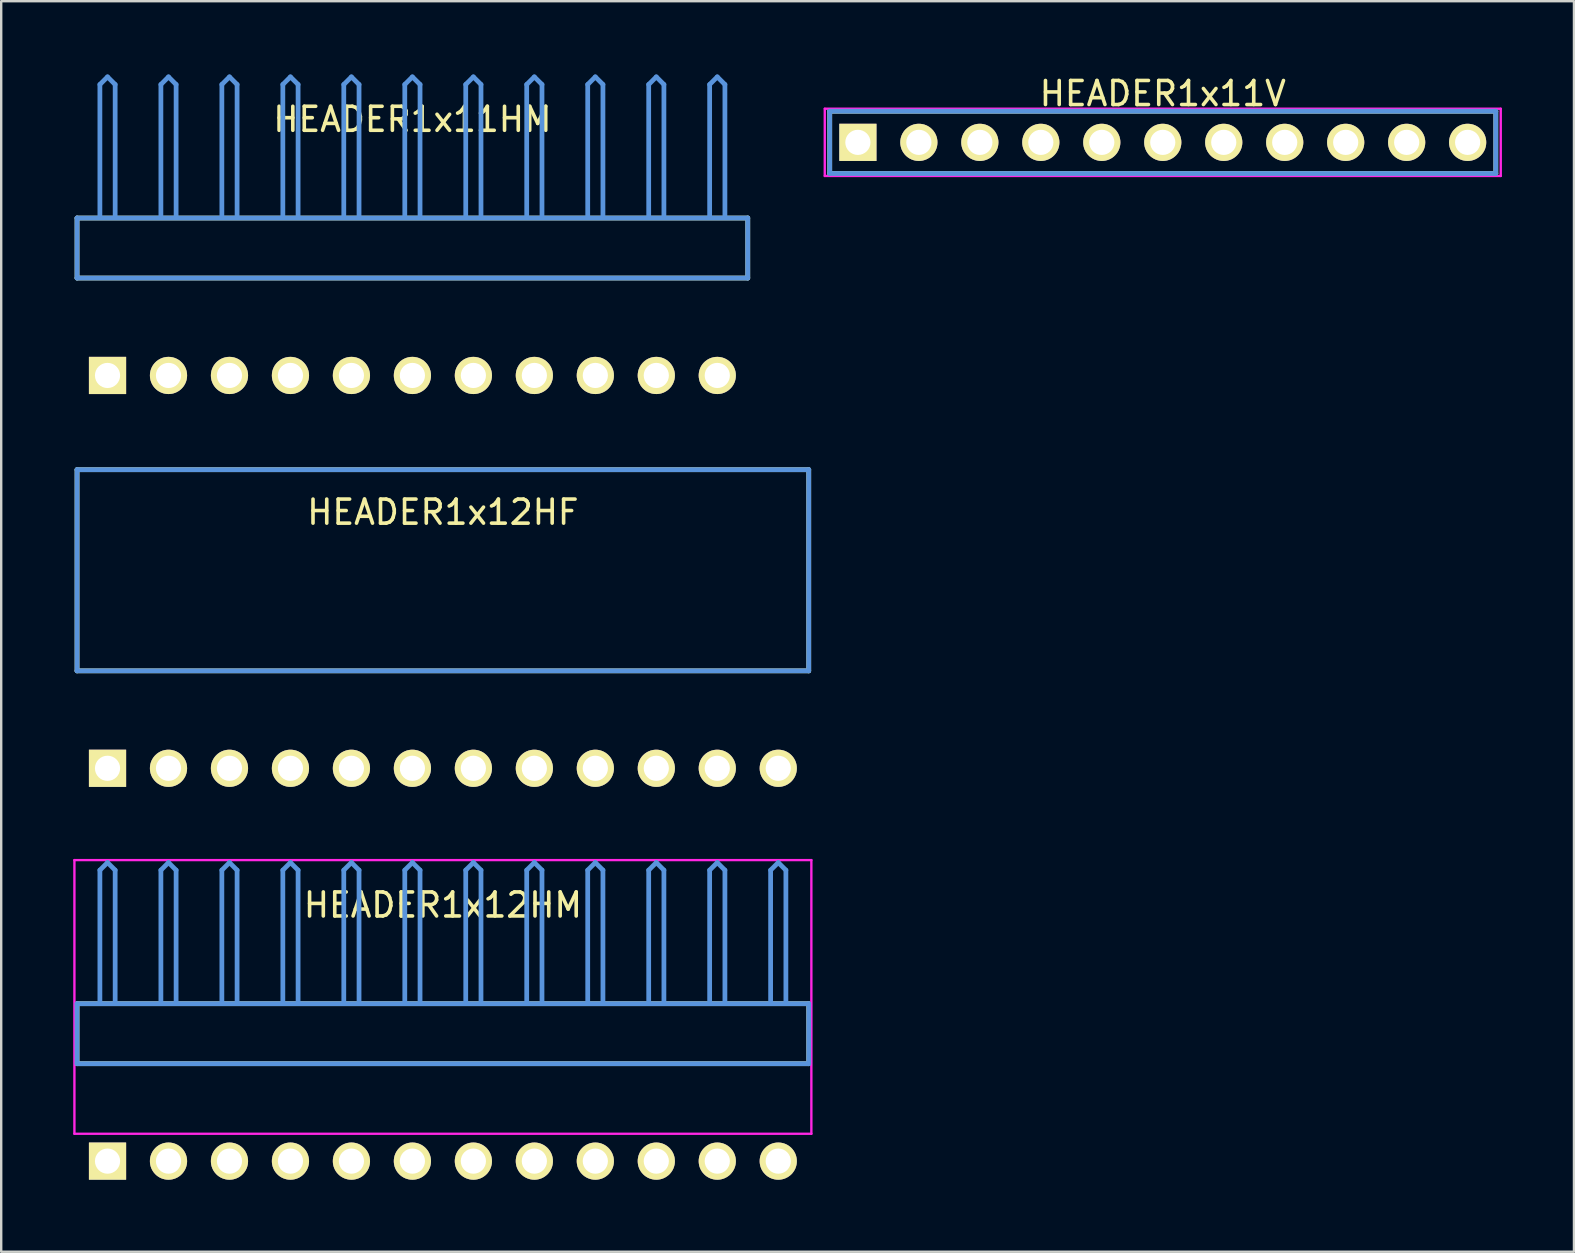
<source format=kicad_pcb>
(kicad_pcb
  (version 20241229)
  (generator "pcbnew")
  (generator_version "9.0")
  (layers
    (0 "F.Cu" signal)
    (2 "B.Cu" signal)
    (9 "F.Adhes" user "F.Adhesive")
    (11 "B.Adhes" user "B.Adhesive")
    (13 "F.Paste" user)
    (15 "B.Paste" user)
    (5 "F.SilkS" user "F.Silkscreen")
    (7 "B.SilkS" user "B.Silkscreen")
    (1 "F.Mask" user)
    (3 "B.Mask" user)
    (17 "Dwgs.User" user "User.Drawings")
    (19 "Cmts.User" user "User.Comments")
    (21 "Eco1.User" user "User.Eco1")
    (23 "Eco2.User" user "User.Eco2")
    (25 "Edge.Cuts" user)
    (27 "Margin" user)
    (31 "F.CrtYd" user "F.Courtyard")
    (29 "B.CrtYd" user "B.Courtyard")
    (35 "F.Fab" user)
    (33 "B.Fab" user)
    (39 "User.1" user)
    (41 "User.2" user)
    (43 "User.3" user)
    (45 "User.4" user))
  (footprint "HEADER1x12HF"
    (layer "F.Cu")
    (at 1.429 28.954)
    (property "Reference" "HEADER1x12HF" (at 13.97 -10.668 0) (layer "F.SilkS") (effects (font (size 1.001 1.001) (thickness 0.15))))
    (attr through_hole)
    (fp_line (start -1.27 -12.438) (end -1.27 -4.059) (stroke (width 0.198) (type solid)) (layer "F.SilkS"))
    (fp_line (start -1.27 -4.059) (end 29.21 -4.059) (stroke (width 0.198) (type solid)) (layer "F.SilkS"))
    (fp_line (start 29.21 -12.438) (end -1.27 -12.438) (stroke (width 0.198) (type solid)) (layer "F.SilkS"))
    (fp_line (start 29.21 -4.059) (end 29.21 -12.438) (stroke (width 0.198) (type solid)) (layer "F.SilkS"))
    (fp_line (start -1.27 -12.438) (end -1.27 -4.059) (stroke (width 0.198) (type solid)) (layer "Cmts.User"))
    (fp_line (start -1.27 -4.059) (end 29.21 -4.059) (stroke (width 0.198) (type solid)) (layer "Cmts.User"))
    (fp_line (start 29.21 -12.438) (end -1.27 -12.438) (stroke (width 0.198) (type solid)) (layer "Cmts.User"))
    (fp_line (start 29.21 -4.059) (end 29.21 -12.438) (stroke (width 0.198) (type solid)) (layer "Cmts.User"))
    (fp_line (start -1.379 -12.54) (end 29.319 -12.54) (stroke (width 0.099) (type solid)) (layer "Eco1.User"))
    (fp_line (start -1.379 -1.14) (end -1.379 -12.54) (stroke (width 0.099) (type solid)) (layer "Eco1.User"))
    (fp_line (start 29.319 -12.54) (end 29.319 -1.14) (stroke (width 0.099) (type solid)) (layer "Eco1.User"))
    (fp_line (start 29.319 -1.14) (end -1.379 -1.14) (stroke (width 0.099) (type solid)) (layer "Eco1.User"))
    (pad "1" thru_hole rect (at 0 0) (size 1.549 1.549) (drill 1.049) (layers "*.Cu" "*.Mask" "F.SilkS"))
    (pad "2" thru_hole circle (at 2.54 0) (size 1.549 1.549) (drill 1.049) (layers "*.Cu" "*.Mask" "F.SilkS"))
    (pad "3" thru_hole circle (at 5.08 0) (size 1.549 1.549) (drill 1.049) (layers "*.Cu" "*.Mask" "F.SilkS"))
    (pad "4" thru_hole circle (at 7.62 0) (size 1.549 1.549) (drill 1.049) (layers "*.Cu" "*.Mask" "F.SilkS"))
    (pad "5" thru_hole circle (at 10.16 0) (size 1.549 1.549) (drill 1.049) (layers "*.Cu" "*.Mask" "F.SilkS"))
    (pad "6" thru_hole circle (at 12.7 0) (size 1.549 1.549) (drill 1.049) (layers "*.Cu" "*.Mask" "F.SilkS"))
    (pad "7" thru_hole circle (at 15.24 0) (size 1.549 1.549) (drill 1.049) (layers "*.Cu" "*.Mask" "F.SilkS"))
    (pad "8" thru_hole circle (at 17.78 0) (size 1.549 1.549) (drill 1.049) (layers "*.Cu" "*.Mask" "F.SilkS"))
    (pad "9" thru_hole circle (at 20.32 0) (size 1.549 1.549) (drill 1.049) (layers "*.Cu" "*.Mask" "F.SilkS"))
    (pad "10" thru_hole circle (at 22.86 0) (size 1.549 1.549) (drill 1.049) (layers "*.Cu" "*.Mask" "F.SilkS"))
    (pad "11" thru_hole circle (at 25.4 0) (size 1.549 1.549) (drill 1.049) (layers "*.Cu" "*.Mask" "F.SilkS"))
    (pad "12" thru_hole circle (at 27.94 0) (size 1.549 1.549) (drill 1.049) (layers "*.Cu" "*.Mask" "F.SilkS")))
  (footprint "HEADER1x12HM"
    (layer "F.Cu")
    (at 1.429 45.318)
    (property "Reference" "HEADER1x12HM" (at 13.97 -10.668 0) (layer "F.SilkS") (effects (font (size 1.001 1.001) (thickness 0.15))))
    (attr through_hole)
    (fp_line (start -1.27 -6.558) (end -1.27 -4.059) (stroke (width 0.198) (type solid)) (layer "F.SilkS"))
    (fp_line (start -1.27 -4.059) (end 29.21 -4.059) (stroke (width 0.198) (type solid)) (layer "F.SilkS"))
    (fp_line (start 29.21 -6.558) (end -1.27 -6.558) (stroke (width 0.198) (type solid)) (layer "F.SilkS"))
    (fp_line (start 29.21 -4.059) (end 29.21 -6.558) (stroke (width 0.198) (type solid)) (layer "F.SilkS"))
    (fp_line (start -1.27 -6.558) (end -1.27 -4.059) (stroke (width 0.198) (type solid)) (layer "Cmts.User"))
    (fp_line (start -1.27 -4.059) (end 29.21 -4.059) (stroke (width 0.198) (type solid)) (layer "Cmts.User"))
    (fp_line (start -0.318 -12.121) (end 0 -12.438) (stroke (width 0.198) (type solid)) (layer "Cmts.User"))
    (fp_line (start -0.318 -6.599) (end -0.318 -12.121) (stroke (width 0.198) (type solid)) (layer "Cmts.User"))
    (fp_line (start 0.318 -12.121) (end 0 -12.438) (stroke (width 0.198) (type solid)) (layer "Cmts.User"))
    (fp_line (start 0.318 -6.599) (end 0.318 -12.121) (stroke (width 0.198) (type solid)) (layer "Cmts.User"))
    (fp_line (start 2.223 -12.121) (end 2.54 -12.438) (stroke (width 0.198) (type solid)) (layer "Cmts.User"))
    (fp_line (start 2.223 -6.599) (end 2.223 -12.121) (stroke (width 0.198) (type solid)) (layer "Cmts.User"))
    (fp_line (start 2.857 -12.121) (end 2.54 -12.438) (stroke (width 0.198) (type solid)) (layer "Cmts.User"))
    (fp_line (start 2.857 -6.599) (end 2.857 -12.121) (stroke (width 0.198) (type solid)) (layer "Cmts.User"))
    (fp_line (start 4.763 -12.121) (end 5.08 -12.438) (stroke (width 0.198) (type solid)) (layer "Cmts.User"))
    (fp_line (start 4.763 -6.599) (end 4.763 -12.121) (stroke (width 0.198) (type solid)) (layer "Cmts.User"))
    (fp_line (start 5.397 -12.121) (end 5.08 -12.438) (stroke (width 0.198) (type solid)) (layer "Cmts.User"))
    (fp_line (start 5.397 -6.599) (end 5.397 -12.121) (stroke (width 0.198) (type solid)) (layer "Cmts.User"))
    (fp_line (start 7.303 -12.121) (end 7.62 -12.438) (stroke (width 0.198) (type solid)) (layer "Cmts.User"))
    (fp_line (start 7.303 -6.599) (end 7.303 -12.121) (stroke (width 0.198) (type solid)) (layer "Cmts.User"))
    (fp_line (start 7.938 -12.121) (end 7.62 -12.438) (stroke (width 0.198) (type solid)) (layer "Cmts.User"))
    (fp_line (start 7.938 -6.599) (end 7.938 -12.121) (stroke (width 0.198) (type solid)) (layer "Cmts.User"))
    (fp_line (start 9.842 -12.121) (end 10.16 -12.438) (stroke (width 0.198) (type solid)) (layer "Cmts.User"))
    (fp_line (start 9.842 -6.599) (end 9.842 -12.121) (stroke (width 0.198) (type solid)) (layer "Cmts.User"))
    (fp_line (start 10.477 -12.121) (end 10.16 -12.438) (stroke (width 0.198) (type solid)) (layer "Cmts.User"))
    (fp_line (start 10.477 -6.599) (end 10.477 -12.121) (stroke (width 0.198) (type solid)) (layer "Cmts.User"))
    (fp_line (start 12.383 -12.121) (end 12.7 -12.438) (stroke (width 0.198) (type solid)) (layer "Cmts.User"))
    (fp_line (start 12.383 -6.599) (end 12.383 -12.121) (stroke (width 0.198) (type solid)) (layer "Cmts.User"))
    (fp_line (start 13.018 -12.121) (end 12.7 -12.438) (stroke (width 0.198) (type solid)) (layer "Cmts.User"))
    (fp_line (start 13.018 -6.599) (end 13.018 -12.121) (stroke (width 0.198) (type solid)) (layer "Cmts.User"))
    (fp_line (start 14.922 -12.121) (end 15.24 -12.438) (stroke (width 0.198) (type solid)) (layer "Cmts.User"))
    (fp_line (start 14.922 -6.599) (end 14.922 -12.121) (stroke (width 0.198) (type solid)) (layer "Cmts.User"))
    (fp_line (start 15.557 -12.121) (end 15.24 -12.438) (stroke (width 0.198) (type solid)) (layer "Cmts.User"))
    (fp_line (start 15.557 -6.599) (end 15.557 -12.121) (stroke (width 0.198) (type solid)) (layer "Cmts.User"))
    (fp_line (start 17.462 -12.121) (end 17.78 -12.438) (stroke (width 0.198) (type solid)) (layer "Cmts.User"))
    (fp_line (start 17.462 -6.599) (end 17.462 -12.121) (stroke (width 0.198) (type solid)) (layer "Cmts.User"))
    (fp_line (start 18.098 -12.121) (end 17.78 -12.438) (stroke (width 0.198) (type solid)) (layer "Cmts.User"))
    (fp_line (start 18.098 -6.599) (end 18.098 -12.121) (stroke (width 0.198) (type solid)) (layer "Cmts.User"))
    (fp_line (start 20.003 -12.121) (end 20.32 -12.438) (stroke (width 0.198) (type solid)) (layer "Cmts.User"))
    (fp_line (start 20.003 -6.599) (end 20.003 -12.121) (stroke (width 0.198) (type solid)) (layer "Cmts.User"))
    (fp_line (start 20.637 -12.121) (end 20.32 -12.438) (stroke (width 0.198) (type solid)) (layer "Cmts.User"))
    (fp_line (start 20.637 -6.599) (end 20.637 -12.121) (stroke (width 0.198) (type solid)) (layer "Cmts.User"))
    (fp_line (start 22.543 -12.121) (end 22.86 -12.438) (stroke (width 0.198) (type solid)) (layer "Cmts.User"))
    (fp_line (start 22.543 -6.599) (end 22.543 -12.121) (stroke (width 0.198) (type solid)) (layer "Cmts.User"))
    (fp_line (start 23.177 -12.121) (end 22.86 -12.438) (stroke (width 0.198) (type solid)) (layer "Cmts.User"))
    (fp_line (start 23.177 -6.599) (end 23.177 -12.121) (stroke (width 0.198) (type solid)) (layer "Cmts.User"))
    (fp_line (start 25.082 -12.121) (end 25.4 -12.438) (stroke (width 0.198) (type solid)) (layer "Cmts.User"))
    (fp_line (start 25.082 -6.599) (end 25.082 -12.121) (stroke (width 0.198) (type solid)) (layer "Cmts.User"))
    (fp_line (start 25.718 -12.121) (end 25.4 -12.438) (stroke (width 0.198) (type solid)) (layer "Cmts.User"))
    (fp_line (start 25.718 -6.599) (end 25.718 -12.121) (stroke (width 0.198) (type solid)) (layer "Cmts.User"))
    (fp_line (start 27.622 -12.121) (end 27.94 -12.438) (stroke (width 0.198) (type solid)) (layer "Cmts.User"))
    (fp_line (start 27.622 -6.599) (end 27.622 -12.121) (stroke (width 0.198) (type solid)) (layer "Cmts.User"))
    (fp_line (start 28.258 -12.121) (end 27.94 -12.438) (stroke (width 0.198) (type solid)) (layer "Cmts.User"))
    (fp_line (start 28.258 -6.599) (end 28.258 -12.121) (stroke (width 0.198) (type solid)) (layer "Cmts.User"))
    (fp_line (start 29.21 -6.558) (end -1.27 -6.558) (stroke (width 0.198) (type solid)) (layer "Cmts.User"))
    (fp_line (start 29.21 -4.059) (end 29.21 -6.558) (stroke (width 0.198) (type solid)) (layer "Cmts.User"))
    (fp_line (start -1.379 -12.54) (end 29.319 -12.54) (stroke (width 0.099) (type solid)) (layer "F.CrtYd"))
    (fp_line (start -1.379 -1.14) (end -1.379 -12.54) (stroke (width 0.099) (type solid)) (layer "F.CrtYd"))
    (fp_line (start 29.319 -12.54) (end 29.319 -1.14) (stroke (width 0.099) (type solid)) (layer "F.CrtYd"))
    (fp_line (start 29.319 -1.14) (end -1.379 -1.14) (stroke (width 0.099) (type solid)) (layer "F.CrtYd"))
    (pad "1" thru_hole rect (at 0 0) (size 1.549 1.549) (drill 1.049) (layers "*.Cu" "*.Mask" "F.SilkS"))
    (pad "2" thru_hole circle (at 2.54 0) (size 1.549 1.549) (drill 1.049) (layers "*.Cu" "*.Mask" "F.SilkS"))
    (pad "3" thru_hole circle (at 5.08 0) (size 1.549 1.549) (drill 1.049) (layers "*.Cu" "*.Mask" "F.SilkS"))
    (pad "4" thru_hole circle (at 7.62 0) (size 1.549 1.549) (drill 1.049) (layers "*.Cu" "*.Mask" "F.SilkS"))
    (pad "5" thru_hole circle (at 10.16 0) (size 1.549 1.549) (drill 1.049) (layers "*.Cu" "*.Mask" "F.SilkS"))
    (pad "6" thru_hole circle (at 12.7 0) (size 1.549 1.549) (drill 1.049) (layers "*.Cu" "*.Mask" "F.SilkS"))
    (pad "7" thru_hole circle (at 15.24 0) (size 1.549 1.549) (drill 1.049) (layers "*.Cu" "*.Mask" "F.SilkS"))
    (pad "8" thru_hole circle (at 17.78 0) (size 1.549 1.549) (drill 1.049) (layers "*.Cu" "*.Mask" "F.SilkS"))
    (pad "9" thru_hole circle (at 20.32 0) (size 1.549 1.549) (drill 1.049) (layers "*.Cu" "*.Mask" "F.SilkS"))
    (pad "10" thru_hole circle (at 22.86 0) (size 1.549 1.549) (drill 1.049) (layers "*.Cu" "*.Mask" "F.SilkS"))
    (pad "11" thru_hole circle (at 25.4 0) (size 1.549 1.549) (drill 1.049) (layers "*.Cu" "*.Mask" "F.SilkS"))
    (pad "12" thru_hole circle (at 27.94 0) (size 1.549 1.549) (drill 1.049) (layers "*.Cu" "*.Mask" "F.SilkS")))
  (footprint "HEADER1x11V"
    (layer "F.Cu")
    (at 32.686 2.88)
    (property "Reference" "HEADER1x11V" (at 12.7 -2.032 0) (layer "F.SilkS") (effects (font (size 1.001 1.001) (thickness 0.15))))
    (attr through_hole)
    (fp_line (start -1.173 -1.298) (end -1.173 1.298) (stroke (width 0.198) (type solid)) (layer "F.SilkS"))
    (fp_line (start -1.173 1.298) (end 26.573 1.298) (stroke (width 0.198) (type solid)) (layer "F.SilkS"))
    (fp_line (start 26.573 -1.298) (end -1.173 -1.298) (stroke (width 0.198) (type solid)) (layer "F.SilkS"))
    (fp_line (start 26.573 1.298) (end 26.573 -1.298) (stroke (width 0.198) (type solid)) (layer "F.SilkS"))
    (fp_line (start -1.173 -1.298) (end -1.173 1.298) (stroke (width 0.198) (type solid)) (layer "Cmts.User"))
    (fp_line (start -1.173 1.298) (end 26.573 1.298) (stroke (width 0.198) (type solid)) (layer "Cmts.User"))
    (fp_line (start 26.573 -1.298) (end -1.173 -1.298) (stroke (width 0.198) (type solid)) (layer "Cmts.User"))
    (fp_line (start 26.573 1.298) (end 26.573 -1.298) (stroke (width 0.198) (type solid)) (layer "Cmts.User"))
    (fp_line (start -1.379 -1.4) (end -1.379 1.4) (stroke (width 0.099) (type solid)) (layer "F.CrtYd"))
    (fp_line (start -1.379 1.4) (end 26.779 1.4) (stroke (width 0.099) (type solid)) (layer "F.CrtYd"))
    (fp_line (start 26.779 -1.4) (end -1.379 -1.4) (stroke (width 0.099) (type solid)) (layer "F.CrtYd"))
    (fp_line (start 26.779 1.4) (end 26.779 -1.4) (stroke (width 0.099) (type solid)) (layer "F.CrtYd"))
    (pad "1" thru_hole rect (at 0 0) (size 1.549 1.549) (drill 1.049) (layers "*.Cu" "*.Mask" "F.SilkS"))
    (pad "2" thru_hole circle (at 2.54 0) (size 1.549 1.549) (drill 1.049) (layers "*.Cu" "*.Mask" "F.SilkS"))
    (pad "3" thru_hole circle (at 5.08 0) (size 1.549 1.549) (drill 1.049) (layers "*.Cu" "*.Mask" "F.SilkS"))
    (pad "4" thru_hole circle (at 7.62 0) (size 1.549 1.549) (drill 1.049) (layers "*.Cu" "*.Mask" "F.SilkS"))
    (pad "5" thru_hole circle (at 10.16 0) (size 1.549 1.549) (drill 1.049) (layers "*.Cu" "*.Mask" "F.SilkS"))
    (pad "6" thru_hole circle (at 12.7 0) (size 1.549 1.549) (drill 1.049) (layers "*.Cu" "*.Mask" "F.SilkS"))
    (pad "7" thru_hole circle (at 15.24 0) (size 1.549 1.549) (drill 1.049) (layers "*.Cu" "*.Mask" "F.SilkS"))
    (pad "8" thru_hole circle (at 17.78 0) (size 1.549 1.549) (drill 1.049) (layers "*.Cu" "*.Mask" "F.SilkS"))
    (pad "9" thru_hole circle (at 20.32 0) (size 1.549 1.549) (drill 1.049) (layers "*.Cu" "*.Mask" "F.SilkS"))
    (pad "10" thru_hole circle (at 22.86 0) (size 1.549 1.549) (drill 1.049) (layers "*.Cu" "*.Mask" "F.SilkS"))
    (pad "11" thru_hole circle (at 25.4 0) (size 1.549 1.549) (drill 1.049) (layers "*.Cu" "*.Mask" "F.SilkS")))
  (footprint "HEADER1x11HM"
    (layer "F.Cu")
    (at 1.429 12.59)
    (property "Reference" "HEADER1x11HM" (at 12.7 -10.668 0) (layer "F.SilkS") (effects (font (size 1.001 1.001) (thickness 0.15))))
    (attr through_hole)
    (fp_line (start -1.27 -6.558) (end -1.27 -4.059) (stroke (width 0.198) (type solid)) (layer "F.SilkS"))
    (fp_line (start -1.27 -4.059) (end 26.67 -4.059) (stroke (width 0.198) (type solid)) (layer "F.SilkS"))
    (fp_line (start 26.67 -6.558) (end -1.27 -6.558) (stroke (width 0.198) (type solid)) (layer "F.SilkS"))
    (fp_line (start 26.67 -4.059) (end 26.67 -6.558) (stroke (width 0.198) (type solid)) (layer "F.SilkS"))
    (fp_line (start -1.27 -6.558) (end -1.27 -4.059) (stroke (width 0.198) (type solid)) (layer "Cmts.User"))
    (fp_line (start -1.27 -4.059) (end 26.67 -4.059) (stroke (width 0.198) (type solid)) (layer "Cmts.User"))
    (fp_line (start -0.318 -12.121) (end 0 -12.438) (stroke (width 0.198) (type solid)) (layer "Cmts.User"))
    (fp_line (start -0.318 -6.599) (end -0.318 -12.121) (stroke (width 0.198) (type solid)) (layer "Cmts.User"))
    (fp_line (start 0.318 -12.121) (end 0 -12.438) (stroke (width 0.198) (type solid)) (layer "Cmts.User"))
    (fp_line (start 0.318 -6.599) (end 0.318 -12.121) (stroke (width 0.198) (type solid)) (layer "Cmts.User"))
    (fp_line (start 2.223 -12.121) (end 2.54 -12.438) (stroke (width 0.198) (type solid)) (layer "Cmts.User"))
    (fp_line (start 2.223 -6.599) (end 2.223 -12.121) (stroke (width 0.198) (type solid)) (layer "Cmts.User"))
    (fp_line (start 2.857 -12.121) (end 2.54 -12.438) (stroke (width 0.198) (type solid)) (layer "Cmts.User"))
    (fp_line (start 2.857 -6.599) (end 2.857 -12.121) (stroke (width 0.198) (type solid)) (layer "Cmts.User"))
    (fp_line (start 4.763 -12.121) (end 5.08 -12.438) (stroke (width 0.198) (type solid)) (layer "Cmts.User"))
    (fp_line (start 4.763 -6.599) (end 4.763 -12.121) (stroke (width 0.198) (type solid)) (layer "Cmts.User"))
    (fp_line (start 5.397 -12.121) (end 5.08 -12.438) (stroke (width 0.198) (type solid)) (layer "Cmts.User"))
    (fp_line (start 5.397 -6.599) (end 5.397 -12.121) (stroke (width 0.198) (type solid)) (layer "Cmts.User"))
    (fp_line (start 7.303 -12.121) (end 7.62 -12.438) (stroke (width 0.198) (type solid)) (layer "Cmts.User"))
    (fp_line (start 7.303 -6.599) (end 7.303 -12.121) (stroke (width 0.198) (type solid)) (layer "Cmts.User"))
    (fp_line (start 7.938 -12.121) (end 7.62 -12.438) (stroke (width 0.198) (type solid)) (layer "Cmts.User"))
    (fp_line (start 7.938 -6.599) (end 7.938 -12.121) (stroke (width 0.198) (type solid)) (layer "Cmts.User"))
    (fp_line (start 9.842 -12.121) (end 10.16 -12.438) (stroke (width 0.198) (type solid)) (layer "Cmts.User"))
    (fp_line (start 9.842 -6.599) (end 9.842 -12.121) (stroke (width 0.198) (type solid)) (layer "Cmts.User"))
    (fp_line (start 10.477 -12.121) (end 10.16 -12.438) (stroke (width 0.198) (type solid)) (layer "Cmts.User"))
    (fp_line (start 10.477 -6.599) (end 10.477 -12.121) (stroke (width 0.198) (type solid)) (layer "Cmts.User"))
    (fp_line (start 12.383 -12.121) (end 12.7 -12.438) (stroke (width 0.198) (type solid)) (layer "Cmts.User"))
    (fp_line (start 12.383 -6.599) (end 12.383 -12.121) (stroke (width 0.198) (type solid)) (layer "Cmts.User"))
    (fp_line (start 13.018 -12.121) (end 12.7 -12.438) (stroke (width 0.198) (type solid)) (layer "Cmts.User"))
    (fp_line (start 13.018 -6.599) (end 13.018 -12.121) (stroke (width 0.198) (type solid)) (layer "Cmts.User"))
    (fp_line (start 14.922 -12.121) (end 15.24 -12.438) (stroke (width 0.198) (type solid)) (layer "Cmts.User"))
    (fp_line (start 14.922 -6.599) (end 14.922 -12.121) (stroke (width 0.198) (type solid)) (layer "Cmts.User"))
    (fp_line (start 15.557 -12.121) (end 15.24 -12.438) (stroke (width 0.198) (type solid)) (layer "Cmts.User"))
    (fp_line (start 15.557 -6.599) (end 15.557 -12.121) (stroke (width 0.198) (type solid)) (layer "Cmts.User"))
    (fp_line (start 17.462 -12.121) (end 17.78 -12.438) (stroke (width 0.198) (type solid)) (layer "Cmts.User"))
    (fp_line (start 17.462 -6.599) (end 17.462 -12.121) (stroke (width 0.198) (type solid)) (layer "Cmts.User"))
    (fp_line (start 18.098 -12.121) (end 17.78 -12.438) (stroke (width 0.198) (type solid)) (layer "Cmts.User"))
    (fp_line (start 18.098 -6.599) (end 18.098 -12.121) (stroke (width 0.198) (type solid)) (layer "Cmts.User"))
    (fp_line (start 20.003 -12.121) (end 20.32 -12.438) (stroke (width 0.198) (type solid)) (layer "Cmts.User"))
    (fp_line (start 20.003 -6.599) (end 20.003 -12.121) (stroke (width 0.198) (type solid)) (layer "Cmts.User"))
    (fp_line (start 20.637 -12.121) (end 20.32 -12.438) (stroke (width 0.198) (type solid)) (layer "Cmts.User"))
    (fp_line (start 20.637 -6.599) (end 20.637 -12.121) (stroke (width 0.198) (type solid)) (layer "Cmts.User"))
    (fp_line (start 22.543 -12.121) (end 22.86 -12.438) (stroke (width 0.198) (type solid)) (layer "Cmts.User"))
    (fp_line (start 22.543 -6.599) (end 22.543 -12.121) (stroke (width 0.198) (type solid)) (layer "Cmts.User"))
    (fp_line (start 23.177 -12.121) (end 22.86 -12.438) (stroke (width 0.198) (type solid)) (layer "Cmts.User"))
    (fp_line (start 23.177 -6.599) (end 23.177 -12.121) (stroke (width 0.198) (type solid)) (layer "Cmts.User"))
    (fp_line (start 25.082 -12.121) (end 25.4 -12.438) (stroke (width 0.198) (type solid)) (layer "Cmts.User"))
    (fp_line (start 25.082 -6.599) (end 25.082 -12.121) (stroke (width 0.198) (type solid)) (layer "Cmts.User"))
    (fp_line (start 25.718 -12.121) (end 25.4 -12.438) (stroke (width 0.198) (type solid)) (layer "Cmts.User"))
    (fp_line (start 25.718 -6.599) (end 25.718 -12.121) (stroke (width 0.198) (type solid)) (layer "Cmts.User"))
    (fp_line (start 26.67 -6.558) (end -1.27 -6.558) (stroke (width 0.198) (type solid)) (layer "Cmts.User"))
    (fp_line (start 26.67 -4.059) (end 26.67 -6.558) (stroke (width 0.198) (type solid)) (layer "Cmts.User"))
    (fp_line (start -1.379 -12.54) (end 26.779 -12.54) (stroke (width 0.099) (type solid)) (layer "Eco1.User"))
    (fp_line (start -1.379 -1.14) (end -1.379 -12.54) (stroke (width 0.099) (type solid)) (layer "Eco1.User"))
    (fp_line (start 26.779 -12.54) (end 26.779 -1.14) (stroke (width 0.099) (type solid)) (layer "Eco1.User"))
    (fp_line (start 26.779 -1.14) (end -1.379 -1.14) (stroke (width 0.099) (type solid)) (layer "Eco1.User"))
    (pad "1" thru_hole rect (at 0 0) (size 1.549 1.549) (drill 1.049) (layers "*.Cu" "*.Mask" "F.SilkS"))
    (pad "2" thru_hole circle (at 2.54 0) (size 1.549 1.549) (drill 1.049) (layers "*.Cu" "*.Mask" "F.SilkS"))
    (pad "3" thru_hole circle (at 5.08 0) (size 1.549 1.549) (drill 1.049) (layers "*.Cu" "*.Mask" "F.SilkS"))
    (pad "4" thru_hole circle (at 7.62 0) (size 1.549 1.549) (drill 1.049) (layers "*.Cu" "*.Mask" "F.SilkS"))
    (pad "5" thru_hole circle (at 10.16 0) (size 1.549 1.549) (drill 1.049) (layers "*.Cu" "*.Mask" "F.SilkS"))
    (pad "6" thru_hole circle (at 12.7 0) (size 1.549 1.549) (drill 1.049) (layers "*.Cu" "*.Mask" "F.SilkS"))
    (pad "7" thru_hole circle (at 15.24 0) (size 1.549 1.549) (drill 1.049) (layers "*.Cu" "*.Mask" "F.SilkS"))
    (pad "8" thru_hole circle (at 17.78 0) (size 1.549 1.549) (drill 1.049) (layers "*.Cu" "*.Mask" "F.SilkS"))
    (pad "9" thru_hole circle (at 20.32 0) (size 1.549 1.549) (drill 1.049) (layers "*.Cu" "*.Mask" "F.SilkS"))
    (pad "10" thru_hole circle (at 22.86 0) (size 1.549 1.549) (drill 1.049) (layers "*.Cu" "*.Mask" "F.SilkS"))
    (pad "11" thru_hole circle (at 25.4 0) (size 1.549 1.549) (drill 1.049) (layers "*.Cu" "*.Mask" "F.SilkS")))
  (gr_rect
    (start -3 -3)
    (end 62.515 49.093)
    (stroke (width 0.1) (type default))
    (fill no)
    (layer "Edge.Cuts")))
</source>
